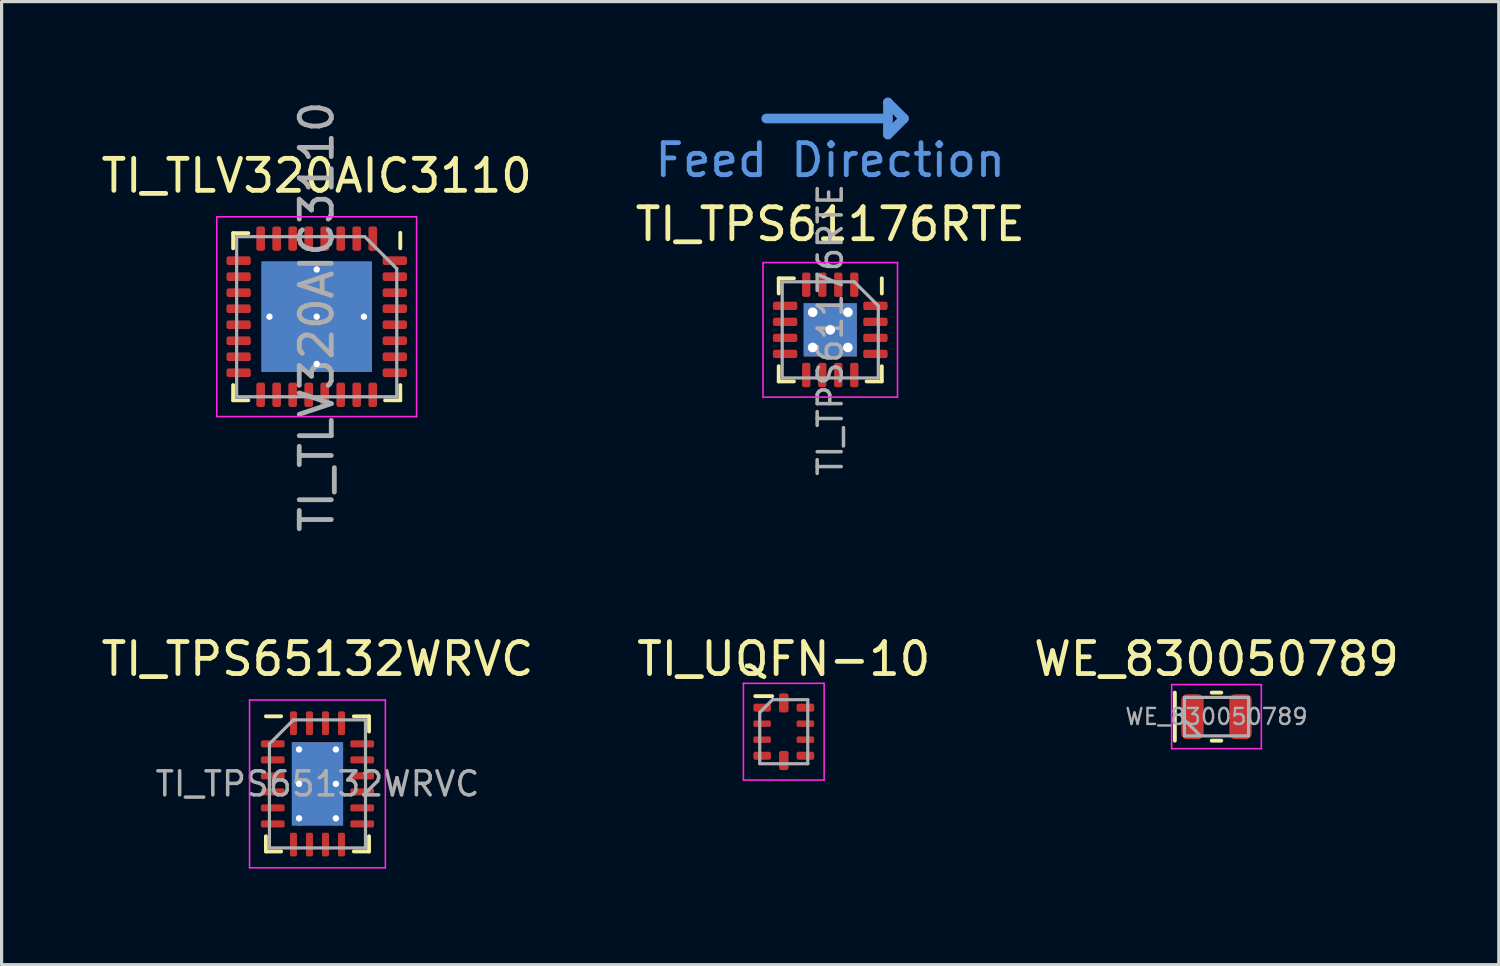
<source format=kicad_pcb>
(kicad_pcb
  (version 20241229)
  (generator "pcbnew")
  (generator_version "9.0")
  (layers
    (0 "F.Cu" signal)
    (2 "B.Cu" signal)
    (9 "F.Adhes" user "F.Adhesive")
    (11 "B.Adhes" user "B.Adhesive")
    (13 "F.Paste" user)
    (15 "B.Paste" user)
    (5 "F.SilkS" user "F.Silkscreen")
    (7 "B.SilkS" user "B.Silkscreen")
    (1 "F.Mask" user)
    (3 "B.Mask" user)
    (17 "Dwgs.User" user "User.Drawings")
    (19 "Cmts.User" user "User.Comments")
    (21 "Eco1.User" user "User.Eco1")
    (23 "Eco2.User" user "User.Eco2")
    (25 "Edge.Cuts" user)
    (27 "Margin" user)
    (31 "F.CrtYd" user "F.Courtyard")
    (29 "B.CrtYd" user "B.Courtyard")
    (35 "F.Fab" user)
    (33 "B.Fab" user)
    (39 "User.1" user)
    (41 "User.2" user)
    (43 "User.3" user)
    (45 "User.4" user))
  (footprint "WE_830050789"
    (layer "F.Cu")
    (at 34.935 19.327)
    (property "Reference" "WE_830050789" (at 0 -1.8 0) (layer "F.SilkS") (effects (font (size 1 1) (thickness 0.15))))
    (attr smd)
    (fp_line (start -1.3 -0.75) (end -1.3 0.75) (stroke (width 0.12) (type solid)) (layer "F.SilkS"))
    (fp_line (start -0.15 -0.75) (end 0.15 -0.75) (stroke (width 0.12) (type solid)) (layer "F.SilkS"))
    (fp_line (start -0.15 0.75) (end 0.15 0.75) (stroke (width 0.12) (type solid)) (layer "F.SilkS"))
    (fp_line (start -1.4 -1) (end -1.4 1) (stroke (width 0.05) (type solid)) (layer "F.CrtYd"))
    (fp_line (start -1.4 1) (end 1.4 1) (stroke (width 0.05) (type solid)) (layer "F.CrtYd"))
    (fp_line (start 1.4 -1) (end -1.4 -1) (stroke (width 0.05) (type solid)) (layer "F.CrtYd"))
    (fp_line (start 1.4 1) (end 1.4 -1) (stroke (width 0.05) (type solid)) (layer "F.CrtYd"))
    (fp_line (start -1 -0.6) (end -1 0.6) (stroke (width 0.1) (type solid)) (layer "F.Fab"))
    (fp_line (start -1 0.1) (end -0.5 0.6) (stroke (width 0.1) (type solid)) (layer "F.Fab"))
    (fp_line (start -1 0.6) (end 1 0.6) (stroke (width 0.1) (type solid)) (layer "F.Fab"))
    (fp_line (start 1 -0.6) (end -1 -0.6) (stroke (width 0.1) (type solid)) (layer "F.Fab"))
    (fp_line (start 1 0.6) (end 1 -0.6) (stroke (width 0.1) (type solid)) (layer "F.Fab"))
    (fp_text user "${REFERENCE}" (at 0 0 0) (layer "F.Fab") (effects (font (size 0.5 0.5) (thickness 0.075))))
    (pad "1" smd roundrect (at -0.75 0) (size 0.7 1.4) (layers "F.Cu" "F.Mask" "F.Paste") (roundrect_rratio 0.25))
    (pad "2" smd roundrect (at 0.75 0) (size 0.7 1.4) (layers "F.Cu" "F.Mask" "F.Paste") (roundrect_rratio 0.25)))
  (footprint "TI_TPS65132WRVC"
    (layer "F.Cu")
    (at 6.863 21.427)
    (property "Reference" "TI_TPS65132WRVC" (at 0 -3.9 0) (layer "F.SilkS") (effects (font (size 1 1) (thickness 0.15))))
    (attr smd)
    (fp_line (start -1.61 2.11) (end -1.61 1.635) (stroke (width 0.12) (type solid)) (layer "F.SilkS"))
    (fp_line (start -1.135 -2.11) (end -1.61 -2.11) (stroke (width 0.12) (type solid)) (layer "F.SilkS"))
    (fp_line (start -1.135 2.11) (end -1.61 2.11) (stroke (width 0.12) (type solid)) (layer "F.SilkS"))
    (fp_line (start 1.135 -2.11) (end 1.61 -2.11) (stroke (width 0.12) (type solid)) (layer "F.SilkS"))
    (fp_line (start 1.135 2.11) (end 1.61 2.11) (stroke (width 0.12) (type solid)) (layer "F.SilkS"))
    (fp_line (start 1.61 -2.11) (end 1.61 -1.635) (stroke (width 0.12) (type solid)) (layer "F.SilkS"))
    (fp_line (start 1.61 2.11) (end 1.61 1.635) (stroke (width 0.12) (type solid)) (layer "F.SilkS"))
    (fp_line (start -2.12 -2.62) (end -2.12 2.62) (stroke (width 0.05) (type solid)) (layer "F.CrtYd"))
    (fp_line (start -2.12 2.62) (end 2.12 2.62) (stroke (width 0.05) (type solid)) (layer "F.CrtYd"))
    (fp_line (start 2.12 -2.62) (end -2.12 -2.62) (stroke (width 0.05) (type solid)) (layer "F.CrtYd"))
    (fp_line (start 2.12 2.62) (end 2.12 -2.62) (stroke (width 0.05) (type solid)) (layer "F.CrtYd"))
    (fp_line (start -1.5 -1.25) (end -0.75 -2) (stroke (width 0.1) (type solid)) (layer "F.Fab"))
    (fp_line (start -1.5 2) (end -1.5 -1.25) (stroke (width 0.1) (type solid)) (layer "F.Fab"))
    (fp_line (start -0.75 -2) (end 1.5 -2) (stroke (width 0.1) (type solid)) (layer "F.Fab"))
    (fp_line (start 1.5 -2) (end 1.5 2) (stroke (width 0.1) (type solid)) (layer "F.Fab"))
    (fp_line (start 1.5 2) (end -1.5 2) (stroke (width 0.1) (type solid)) (layer "F.Fab"))
    (fp_text user "${REFERENCE}" (at 0 0 0) (layer "F.Fab") (effects (font (size 0.75 0.75) (thickness 0.11))))
    (pad "" smd rect (at 0 -0.65) (size 0.84 0.92) (layers "F.Paste"))
    (pad "" smd rect (at 0 0.65) (size 0.84 0.92) (layers "F.Paste"))
    (pad "1" smd roundrect (at -1.395 -1.25) (size 0.74 0.22) (layers "F.Cu" "F.Mask" "F.Paste") (roundrect_rratio 0.25))
    (pad "2" smd roundrect (at -1.395 -0.75) (size 0.74 0.22) (layers "F.Cu" "F.Mask" "F.Paste") (roundrect_rratio 0.25))
    (pad "3" smd roundrect (at -1.395 -0.25) (size 0.74 0.22) (layers "F.Cu" "F.Mask" "F.Paste") (roundrect_rratio 0.25))
    (pad "4" smd roundrect (at -1.395 0.25) (size 0.74 0.22) (layers "F.Cu" "F.Mask" "F.Paste") (roundrect_rratio 0.25))
    (pad "5" smd roundrect (at -1.395 0.75) (size 0.74 0.22) (layers "F.Cu" "F.Mask" "F.Paste") (roundrect_rratio 0.25))
    (pad "6" smd roundrect (at -1.395 1.25) (size 0.74 0.22) (layers "F.Cu" "F.Mask" "F.Paste") (roundrect_rratio 0.25))
    (pad "7" smd roundrect (at -0.75 1.895) (size 0.22 0.74) (layers "F.Cu" "F.Mask" "F.Paste") (roundrect_rratio 0.25))
    (pad "8" smd roundrect (at -0.25 1.895) (size 0.22 0.74) (layers "F.Cu" "F.Mask" "F.Paste") (roundrect_rratio 0.25))
    (pad "9" smd roundrect (at 0.25 1.895) (size 0.22 0.74) (layers "F.Cu" "F.Mask" "F.Paste") (roundrect_rratio 0.25))
    (pad "10" smd roundrect (at 0.75 1.895) (size 0.22 0.74) (layers "F.Cu" "F.Mask" "F.Paste") (roundrect_rratio 0.25))
    (pad "11" smd roundrect (at 1.395 1.25) (size 0.74 0.22) (layers "F.Cu" "F.Mask" "F.Paste") (roundrect_rratio 0.25))
    (pad "12" smd roundrect (at 1.395 0.75) (size 0.74 0.22) (layers "F.Cu" "F.Mask" "F.Paste") (roundrect_rratio 0.25))
    (pad "13" smd roundrect (at 1.395 0.25) (size 0.74 0.22) (layers "F.Cu" "F.Mask" "F.Paste") (roundrect_rratio 0.25))
    (pad "14" smd roundrect (at 1.395 -0.25) (size 0.74 0.22) (layers "F.Cu" "F.Mask" "F.Paste") (roundrect_rratio 0.25))
    (pad "15" smd roundrect (at 1.395 -0.75) (size 0.74 0.22) (layers "F.Cu" "F.Mask" "F.Paste") (roundrect_rratio 0.25))
    (pad "16" smd roundrect (at 1.395 -1.25) (size 0.74 0.22) (layers "F.Cu" "F.Mask" "F.Paste") (roundrect_rratio 0.25))
    (pad "17" smd roundrect (at 0.75 -1.895) (size 0.22 0.74) (layers "F.Cu" "F.Mask" "F.Paste") (roundrect_rratio 0.25))
    (pad "18" smd roundrect (at 0.25 -1.895) (size 0.22 0.74) (layers "F.Cu" "F.Mask" "F.Paste") (roundrect_rratio 0.25))
    (pad "19" smd roundrect (at -0.25 -1.895) (size 0.22 0.74) (layers "F.Cu" "F.Mask" "F.Paste") (roundrect_rratio 0.25))
    (pad "20" smd roundrect (at -0.75 -1.895) (size 0.22 0.74) (layers "F.Cu" "F.Mask" "F.Paste") (roundrect_rratio 0.25))
    (pad "21" thru_hole circle (at -0.575 -1.075) (size 0.45 0.45) (drill 0.2) (layers "*.Cu"))
    (pad "21" thru_hole circle (at -0.575 0) (size 0.45 0.45) (drill 0.2) (layers "*.Cu"))
    (pad "21" thru_hole circle (at -0.575 1.075) (size 0.45 0.45) (drill 0.2) (layers "*.Cu"))
    (pad "21" smd rect (at 0 0) (size 1.6 2.6) (layers "F.Cu" "F.Mask"))
    (pad "21" smd rect (at 0 0) (size 1.6 2.6) (layers "B.Cu"))
    (pad "21" thru_hole circle (at 0.575 -1.075) (size 0.45 0.45) (drill 0.2) (layers "*.Cu"))
    (pad "21" thru_hole circle (at 0.575 0) (size 0.45 0.45) (drill 0.2) (layers "*.Cu"))
    (pad "21" thru_hole circle (at 0.575 1.075) (size 0.45 0.45) (drill 0.2) (layers "*.Cu")))
  (footprint "TI_UQFN-10"
    (layer "F.Cu")
    (at 21.423 19.797)
    (property "Reference" "TI_UQFN-10" (at 0 -2.27 0) (unlocked yes) (layer "F.SilkS") (effects (font (size 1 1) (thickness 0.15))))
    (fp_line (start -0.89 -1.11) (end -0.36 -1.11) (stroke (width 0.12) (type solid)) (layer "F.SilkS"))
    (fp_line (start -1.26 -1.51) (end 1.26 -1.51) (stroke (width 0.05) (type solid)) (layer "F.CrtYd"))
    (fp_line (start -1.26 1.51) (end -1.26 -1.51) (stroke (width 0.05) (type solid)) (layer "F.CrtYd"))
    (fp_line (start 1.26 -1.51) (end 1.26 1.51) (stroke (width 0.05) (type solid)) (layer "F.CrtYd"))
    (fp_line (start 1.26 1.51) (end -1.26 1.51) (stroke (width 0.05) (type solid)) (layer "F.CrtYd"))
    (fp_line (start -0.75 -0.6) (end -0.75 1) (stroke (width 0.1) (type solid)) (layer "F.Fab"))
    (fp_line (start -0.75 -0.6) (end -0.35 -1) (stroke (width 0.1) (type solid)) (layer "F.Fab"))
    (fp_line (start -0.75 1) (end 0.75 1) (stroke (width 0.1) (type solid)) (layer "F.Fab"))
    (fp_line (start -0.35 -1) (end 0.75 -1) (stroke (width 0.1) (type solid)) (layer "F.Fab"))
    (fp_line (start 0.75 1) (end 0.75 -1) (stroke (width 0.1) (type solid)) (layer "F.Fab"))
    (pad "1" smd roundrect (at -0.675 -0.75) (size 0.55 0.25) (layers "F.Cu" "F.Mask" "F.Paste") (roundrect_rratio 0.25))
    (pad "2" smd roundrect (at -0.675 -0.25) (size 0.55 0.2) (layers "F.Cu" "F.Mask" "F.Paste") (roundrect_rratio 0.25))
    (pad "3" smd roundrect (at -0.675 0.25) (size 0.55 0.2) (layers "F.Cu" "F.Mask" "F.Paste") (roundrect_rratio 0.25))
    (pad "4" smd roundrect (at -0.675 0.75) (size 0.55 0.25) (layers "F.Cu" "F.Mask" "F.Paste") (roundrect_rratio 0.25))
    (pad "5" smd roundrect (at 0 0.9) (size 0.3 0.6) (layers "F.Cu" "F.Mask" "F.Paste") (roundrect_rratio 0.25))
    (pad "6" smd roundrect (at 0.675 0.75) (size 0.55 0.25) (layers "F.Cu" "F.Mask" "F.Paste") (roundrect_rratio 0.25))
    (pad "7" smd roundrect (at 0.675 0.25) (size 0.55 0.2) (layers "F.Cu" "F.Mask" "F.Paste") (roundrect_rratio 0.25))
    (pad "8" smd roundrect (at 0.675 -0.25) (size 0.55 0.2) (layers "F.Cu" "F.Mask" "F.Paste") (roundrect_rratio 0.25))
    (pad "9" smd roundrect (at 0.675 -0.75) (size 0.55 0.25) (layers "F.Cu" "F.Mask" "F.Paste") (roundrect_rratio 0.25))
    (pad "10" smd roundrect (at 0 -0.9) (size 0.3 0.6) (layers "F.Cu" "F.Mask" "F.Paste") (roundrect_rratio 0.25)))
  (footprint "TI_TPS61176RTE"
    (layer "F.Cu")
    (at 22.875 7.25)
    (property "Reference" "TI_TPS61176RTE" (at 0 -3.3 0) (layer "F.SilkS") (effects (font (size 1 1) (thickness 0.15))))
    (attr smd)
    (fp_line (start -1.61 -1.61) (end -1.135 -1.61) (stroke (width 0.12) (type solid)) (layer "F.SilkS"))
    (fp_line (start -1.61 -1.135) (end -1.61 -1.61) (stroke (width 0.12) (type solid)) (layer "F.SilkS"))
    (fp_line (start -1.61 1.135) (end -1.61 1.61) (stroke (width 0.12) (type solid)) (layer "F.SilkS"))
    (fp_line (start -1.61 1.61) (end -1.135 1.61) (stroke (width 0.12) (type solid)) (layer "F.SilkS"))
    (fp_line (start 1.61 -1.135) (end 1.61 -1.61) (stroke (width 0.12) (type solid)) (layer "F.SilkS"))
    (fp_line (start 1.61 1.135) (end 1.61 1.61) (stroke (width 0.12) (type solid)) (layer "F.SilkS"))
    (fp_line (start 1.61 1.61) (end 1.135 1.61) (stroke (width 0.12) (type solid)) (layer "F.SilkS"))
    (fp_line (start -2 -6.6) (end 1.8 -6.6) (stroke (width 0.3) (type solid)) (layer "Cmts.User"))
    (fp_line (start 1.8 -7.1) (end 1.8 -6.1) (stroke (width 0.3) (type solid)) (layer "Cmts.User"))
    (fp_line (start 2.3 -6.6) (end 1.8 -7.1) (stroke (width 0.3) (type solid)) (layer "Cmts.User"))
    (fp_line (start 2.3 -6.6) (end 1.8 -6.1) (stroke (width 0.3) (type solid)) (layer "Cmts.User"))
    (fp_line (start -2.1 -2.1) (end -2.1 2.1) (stroke (width 0.05) (type solid)) (layer "F.CrtYd"))
    (fp_line (start -2.1 2.1) (end 2.1 2.1) (stroke (width 0.05) (type solid)) (layer "F.CrtYd"))
    (fp_line (start 2.1 -2.1) (end -2.1 -2.1) (stroke (width 0.05) (type solid)) (layer "F.CrtYd"))
    (fp_line (start 2.1 2.1) (end 2.1 -2.1) (stroke (width 0.05) (type solid)) (layer "F.CrtYd"))
    (fp_line (start -1.5 -1.5) (end 0.75 -1.5) (stroke (width 0.1) (type solid)) (layer "F.Fab"))
    (fp_line (start -1.5 1.5) (end -1.5 -1.5) (stroke (width 0.1) (type solid)) (layer "F.Fab"))
    (fp_line (start 0.75 -1.5) (end 1.5 -0.75) (stroke (width 0.1) (type solid)) (layer "F.Fab"))
    (fp_line (start 1.5 -0.75) (end 1.5 1.5) (stroke (width 0.1) (type solid)) (layer "F.Fab"))
    (fp_line (start 1.5 1.5) (end -1.5 1.5) (stroke (width 0.1) (type solid)) (layer "F.Fab"))
    (fp_text user "Feed Direction" (at 0 -5.3 0) (layer "Cmts.User") (effects (font (size 1 1) (thickness 0.15))))
    (fp_text user "${REFERENCE}" (at 0 0 270) (layer "F.Fab") (effects (font (size 0.75 0.75) (thickness 0.11))))
    (pad "" smd rect (at -0.415 -0.415 270) (size 0.59 0.59) (layers "F.Paste"))
    (pad "" smd rect (at -0.415 0.415 270) (size 0.59 0.59) (layers "F.Paste"))
    (pad "" smd rect (at 0.415 -0.415 270) (size 0.59 0.59) (layers "F.Paste"))
    (pad "" smd rect (at 0.415 0.415 270) (size 0.59 0.59) (layers "F.Paste"))
    (pad "1" smd roundrect (at 0.75 -1.41 270) (size 0.76 0.26) (layers "F.Cu" "F.Mask" "F.Paste") (roundrect_rratio 0.25))
    (pad "2" smd roundrect (at 0.25 -1.41 270) (size 0.76 0.26) (layers "F.Cu" "F.Mask" "F.Paste") (roundrect_rratio 0.25))
    (pad "3" smd roundrect (at -0.25 -1.41 270) (size 0.76 0.26) (layers "F.Cu" "F.Mask" "F.Paste") (roundrect_rratio 0.25))
    (pad "4" smd roundrect (at -0.75 -1.41 270) (size 0.76 0.26) (layers "F.Cu" "F.Mask" "F.Paste") (roundrect_rratio 0.25))
    (pad "5" smd roundrect (at -1.41 -0.75 270) (size 0.26 0.76) (layers "F.Cu" "F.Mask" "F.Paste") (roundrect_rratio 0.25))
    (pad "6" smd roundrect (at -1.41 -0.25 270) (size 0.26 0.76) (layers "F.Cu" "F.Mask" "F.Paste") (roundrect_rratio 0.25))
    (pad "7" smd roundrect (at -1.41 0.25 270) (size 0.26 0.76) (layers "F.Cu" "F.Mask" "F.Paste") (roundrect_rratio 0.25))
    (pad "8" smd roundrect (at -1.41 0.75 270) (size 0.26 0.76) (layers "F.Cu" "F.Mask" "F.Paste") (roundrect_rratio 0.25))
    (pad "9" smd roundrect (at -0.75 1.41 270) (size 0.76 0.26) (layers "F.Cu" "F.Mask" "F.Paste") (roundrect_rratio 0.25))
    (pad "10" smd roundrect (at -0.25 1.41 270) (size 0.76 0.26) (layers "F.Cu" "F.Mask" "F.Paste") (roundrect_rratio 0.25))
    (pad "11" smd roundrect (at 0.25 1.41 270) (size 0.76 0.26) (layers "F.Cu" "F.Mask" "F.Paste") (roundrect_rratio 0.25))
    (pad "12" smd roundrect (at 0.75 1.41 270) (size 0.76 0.26) (layers "F.Cu" "F.Mask" "F.Paste") (roundrect_rratio 0.25))
    (pad "13" smd roundrect (at 1.41 0.75 270) (size 0.26 0.76) (layers "F.Cu" "F.Mask" "F.Paste") (roundrect_rratio 0.25))
    (pad "14" smd roundrect (at 1.41 0.25 270) (size 0.26 0.76) (layers "F.Cu" "F.Mask" "F.Paste") (roundrect_rratio 0.25))
    (pad "15" smd roundrect (at 1.41 -0.25 270) (size 0.26 0.76) (layers "F.Cu" "F.Mask" "F.Paste") (roundrect_rratio 0.25))
    (pad "16" smd roundrect (at 1.41 -0.75 270) (size 0.26 0.76) (layers "F.Cu" "F.Mask" "F.Paste") (roundrect_rratio 0.25))
    (pad "17" thru_hole circle (at -0.55 -0.55 270) (size 0.5 0.5) (drill 0.3) (layers "*.Cu"))
    (pad "17" thru_hole circle (at -0.55 0.55 270) (size 0.5 0.5) (drill 0.3) (layers "*.Cu"))
    (pad "17" thru_hole circle (at 0 0 270) (size 0.5 0.5) (drill 0.3) (layers "*.Cu"))
    (pad "17" smd rect (at 0 0 270) (size 1.66 1.66) (layers "F.Cu" "F.Mask"))
    (pad "17" smd rect (at 0 0 270) (size 1.66 1.66) (layers "B.Cu"))
    (pad "17" thru_hole circle (at 0.55 -0.55 270) (size 0.5 0.5) (drill 0.3) (layers "*.Cu"))
    (pad "17" thru_hole circle (at 0.55 0.55 270) (size 0.5 0.5) (drill 0.3) (layers "*.Cu")))
  (footprint "TI_TLV320AIC3110"
    (layer "F.Cu")
    (at 6.839 6.839)
    (property "Reference" "TI_TLV320AIC3110" (at 0 -4.4 0) (layer "F.SilkS") (effects (font (size 1 1) (thickness 0.15))))
    (attr smd)
    (fp_line (start -2.61 -2.61) (end -2.135 -2.61) (stroke (width 0.12) (type solid)) (layer "F.SilkS"))
    (fp_line (start -2.61 -2.135) (end -2.61 -2.61) (stroke (width 0.12) (type solid)) (layer "F.SilkS"))
    (fp_line (start -2.61 2.135) (end -2.61 2.61) (stroke (width 0.12) (type solid)) (layer "F.SilkS"))
    (fp_line (start -2.61 2.61) (end -2.135 2.61) (stroke (width 0.12) (type solid)) (layer "F.SilkS"))
    (fp_line (start 2.61 -2.135) (end 2.61 -2.62) (stroke (width 0.12) (type solid)) (layer "F.SilkS"))
    (fp_line (start 2.61 2.135) (end 2.61 2.61) (stroke (width 0.12) (type solid)) (layer "F.SilkS"))
    (fp_line (start 2.61 2.61) (end 2.135 2.61) (stroke (width 0.12) (type solid)) (layer "F.SilkS"))
    (fp_line (start -3.12 -3.12) (end -3.12 3.12) (stroke (width 0.05) (type solid)) (layer "F.CrtYd"))
    (fp_line (start -3.12 3.12) (end 3.12 3.12) (stroke (width 0.05) (type solid)) (layer "F.CrtYd"))
    (fp_line (start 3.12 -3.12) (end -3.12 -3.12) (stroke (width 0.05) (type solid)) (layer "F.CrtYd"))
    (fp_line (start 3.12 3.12) (end 3.12 -3.12) (stroke (width 0.05) (type solid)) (layer "F.CrtYd"))
    (fp_line (start -2.5 -2.5) (end 1.5 -2.5) (stroke (width 0.1) (type solid)) (layer "F.Fab"))
    (fp_line (start -2.5 2.5) (end -2.5 -2.5) (stroke (width 0.1) (type solid)) (layer "F.Fab"))
    (fp_line (start 1.5 -2.5) (end 2.5 -1.5) (stroke (width 0.1) (type solid)) (layer "F.Fab"))
    (fp_line (start 2.5 -1.5) (end 2.5 2.5) (stroke (width 0.1) (type solid)) (layer "F.Fab"))
    (fp_line (start 2.5 2.5) (end -2.5 2.5) (stroke (width 0.1) (type solid)) (layer "F.Fab"))
    (fp_text user "${REFERENCE}" (at 0 0 270) (layer "F.Fab") (effects (font (size 1 1) (thickness 0.15))))
    (pad "" smd rect (at -0.865 -0.865 270) (size 1.22 1.22) (layers "F.Paste"))
    (pad "" smd rect (at -0.865 0.865 270) (size 1.22 1.22) (layers "F.Paste"))
    (pad "" smd rect (at 0.865 -0.865 270) (size 1.22 1.22) (layers "F.Paste"))
    (pad "" smd rect (at 0.865 0.865 270) (size 1.22 1.22) (layers "F.Paste"))
    (pad "1" smd roundrect (at 1.75 -2.438 270) (size 0.76 0.27) (layers "F.Cu" "F.Mask" "F.Paste") (roundrect_rratio 0.25))
    (pad "2" smd roundrect (at 1.25 -2.438 270) (size 0.76 0.27) (layers "F.Cu" "F.Mask" "F.Paste") (roundrect_rratio 0.25))
    (pad "3" smd roundrect (at 0.75 -2.438 270) (size 0.76 0.27) (layers "F.Cu" "F.Mask" "F.Paste") (roundrect_rratio 0.25))
    (pad "4" smd roundrect (at 0.25 -2.438 270) (size 0.76 0.27) (layers "F.Cu" "F.Mask" "F.Paste") (roundrect_rratio 0.25))
    (pad "5" smd roundrect (at -0.25 -2.438 270) (size 0.76 0.27) (layers "F.Cu" "F.Mask" "F.Paste") (roundrect_rratio 0.25))
    (pad "6" smd roundrect (at -0.75 -2.438 270) (size 0.76 0.27) (layers "F.Cu" "F.Mask" "F.Paste") (roundrect_rratio 0.25))
    (pad "7" smd roundrect (at -1.25 -2.438 270) (size 0.76 0.27) (layers "F.Cu" "F.Mask" "F.Paste") (roundrect_rratio 0.25))
    (pad "8" smd roundrect (at -1.75 -2.438 270) (size 0.76 0.27) (layers "F.Cu" "F.Mask" "F.Paste") (roundrect_rratio 0.25))
    (pad "9" smd roundrect (at -2.438 -1.75 270) (size 0.27 0.76) (layers "F.Cu" "F.Mask" "F.Paste") (roundrect_rratio 0.25))
    (pad "10" smd roundrect (at -2.438 -1.25 270) (size 0.27 0.76) (layers "F.Cu" "F.Mask" "F.Paste") (roundrect_rratio 0.25))
    (pad "11" smd roundrect (at -2.438 -0.75 270) (size 0.27 0.76) (layers "F.Cu" "F.Mask" "F.Paste") (roundrect_rratio 0.25))
    (pad "12" smd roundrect (at -2.438 -0.25 270) (size 0.27 0.76) (layers "F.Cu" "F.Mask" "F.Paste") (roundrect_rratio 0.25))
    (pad "13" smd roundrect (at -2.438 0.25 270) (size 0.27 0.76) (layers "F.Cu" "F.Mask" "F.Paste") (roundrect_rratio 0.25))
    (pad "14" smd roundrect (at -2.438 0.75 270) (size 0.27 0.76) (layers "F.Cu" "F.Mask" "F.Paste") (roundrect_rratio 0.25))
    (pad "15" smd roundrect (at -2.438 1.25 270) (size 0.27 0.76) (layers "F.Cu" "F.Mask" "F.Paste") (roundrect_rratio 0.25))
    (pad "16" smd roundrect (at -2.438 1.75 270) (size 0.27 0.76) (layers "F.Cu" "F.Mask" "F.Paste") (roundrect_rratio 0.25))
    (pad "17" smd roundrect (at -1.75 2.438 270) (size 0.76 0.27) (layers "F.Cu" "F.Mask" "F.Paste") (roundrect_rratio 0.25))
    (pad "18" smd roundrect (at -1.25 2.438 270) (size 0.76 0.27) (layers "F.Cu" "F.Mask" "F.Paste") (roundrect_rratio 0.25))
    (pad "19" smd roundrect (at -0.75 2.438 270) (size 0.76 0.27) (layers "F.Cu" "F.Mask" "F.Paste") (roundrect_rratio 0.25))
    (pad "20" smd roundrect (at -0.25 2.438 270) (size 0.76 0.27) (layers "F.Cu" "F.Mask" "F.Paste") (roundrect_rratio 0.25))
    (pad "21" smd roundrect (at 0.25 2.438 270) (size 0.76 0.27) (layers "F.Cu" "F.Mask" "F.Paste") (roundrect_rratio 0.25))
    (pad "22" smd roundrect (at 0.75 2.438 270) (size 0.76 0.27) (layers "F.Cu" "F.Mask" "F.Paste") (roundrect_rratio 0.25))
    (pad "23" smd roundrect (at 1.25 2.438 270) (size 0.76 0.27) (layers "F.Cu" "F.Mask" "F.Paste") (roundrect_rratio 0.25))
    (pad "24" smd roundrect (at 1.75 2.438 270) (size 0.76 0.27) (layers "F.Cu" "F.Mask" "F.Paste") (roundrect_rratio 0.25))
    (pad "25" smd roundrect (at 2.438 1.75 270) (size 0.27 0.76) (layers "F.Cu" "F.Mask" "F.Paste") (roundrect_rratio 0.25))
    (pad "26" smd roundrect (at 2.438 1.25 270) (size 0.27 0.76) (layers "F.Cu" "F.Mask" "F.Paste") (roundrect_rratio 0.25))
    (pad "27" smd roundrect (at 2.438 0.75 270) (size 0.27 0.76) (layers "F.Cu" "F.Mask" "F.Paste") (roundrect_rratio 0.25))
    (pad "28" smd roundrect (at 2.438 0.25 270) (size 0.27 0.76) (layers "F.Cu" "F.Mask" "F.Paste") (roundrect_rratio 0.25))
    (pad "29" smd roundrect (at 2.438 -0.25 270) (size 0.27 0.76) (layers "F.Cu" "F.Mask" "F.Paste") (roundrect_rratio 0.25))
    (pad "30" smd roundrect (at 2.438 -0.75 270) (size 0.27 0.76) (layers "F.Cu" "F.Mask" "F.Paste") (roundrect_rratio 0.25))
    (pad "31" smd roundrect (at 2.438 -1.25 270) (size 0.27 0.76) (layers "F.Cu" "F.Mask" "F.Paste") (roundrect_rratio 0.25))
    (pad "32" smd roundrect (at 2.438 -1.75 270) (size 0.27 0.76) (layers "F.Cu" "F.Mask" "F.Paste") (roundrect_rratio 0.25))
    (pad "33" thru_hole circle (at -1.475 0 270) (size 0.45 0.45) (drill 0.2) (layers "*.Cu"))
    (pad "33" thru_hole circle (at 0 -1.475 270) (size 0.45 0.45) (drill 0.2) (layers "*.Cu"))
    (pad "33" thru_hole circle (at 0 0 270) (size 0.45 0.45) (drill 0.2) (layers "*.Cu"))
    (pad "33" smd rect (at 0 0 270) (size 3.45 3.45) (layers "F.Cu" "F.Mask"))
    (pad "33" smd rect (at 0 0 270) (size 3.45 3.45) (layers "B.Cu"))
    (pad "33" thru_hole circle (at 0 1.475 270) (size 0.45 0.45) (drill 0.2) (layers "*.Cu"))
    (pad "33" thru_hole circle (at 1.475 0 270) (size 0.45 0.45) (drill 0.2) (layers "*.Cu")))
  (gr_rect
    (start -3 -3)
    (end 43.75 27.072)
    (stroke (width 0.1) (type default))
    (fill no)
    (layer "Edge.Cuts")))
</source>
